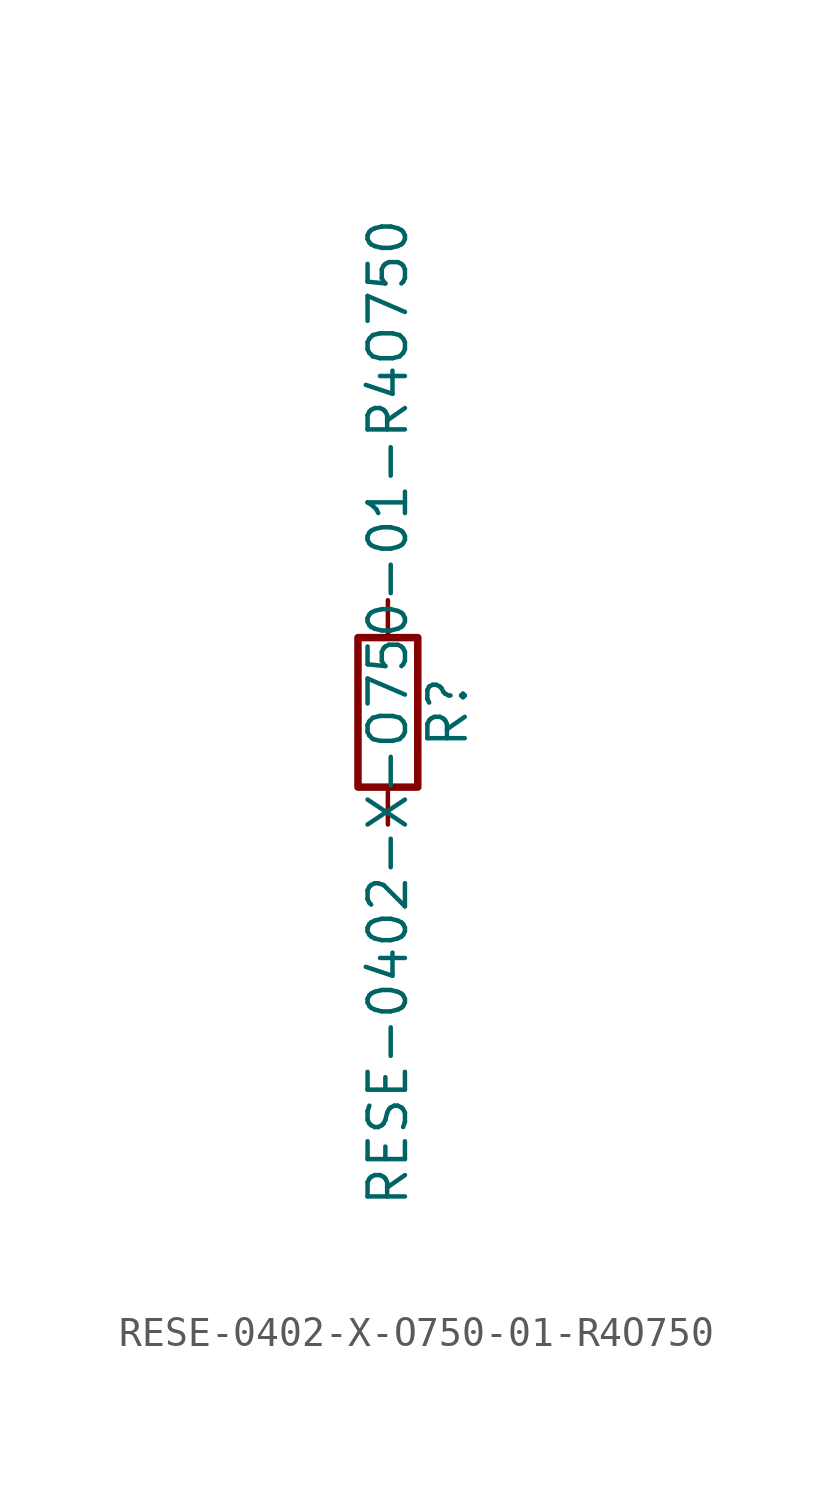
<source format=kicad_sym>
(kicad_symbol_lib
  (version 20211014)
  (generator kicad_symbol_editor)
  (symbol "RESE-0402-X-O750-01-R4O750"
    (pin_numbers hide)
    (pin_names
      (offset 0))
    (property "Reference" "R"
      (at 2.032 0 90)
      (effects (font (size 1.27 1.27))))
    (property "Value" "RESE-0402-X-O750-01-R4O750"
      (at 0 0 90)
      (effects (font (size 1.27 1.27))))
    (symbol "RESE-0402-X-O750-01-R4O750_0_1"
      (rectangle (start -1.016 -2.54) (end 1.016 2.54) (stroke (width 0.254) (type default) (color 0 0 0 0)) (fill (type none))))
    (symbol "RESE-0402-X-O750-01-R4O750_1_1"
      (pin passive line (at 0 3.81 270) (length 1.27) (name "~" (effects (font (size 1.27 1.27)))) (number "1" (effects (font (size 1.27 1.27)))))
      (pin passive line (at 0 -3.81 90) (length 1.27) (name "~" (effects (font (size 1.27 1.27)))) (number "2" (effects (font (size 1.27 1.27))))))))
</source>
